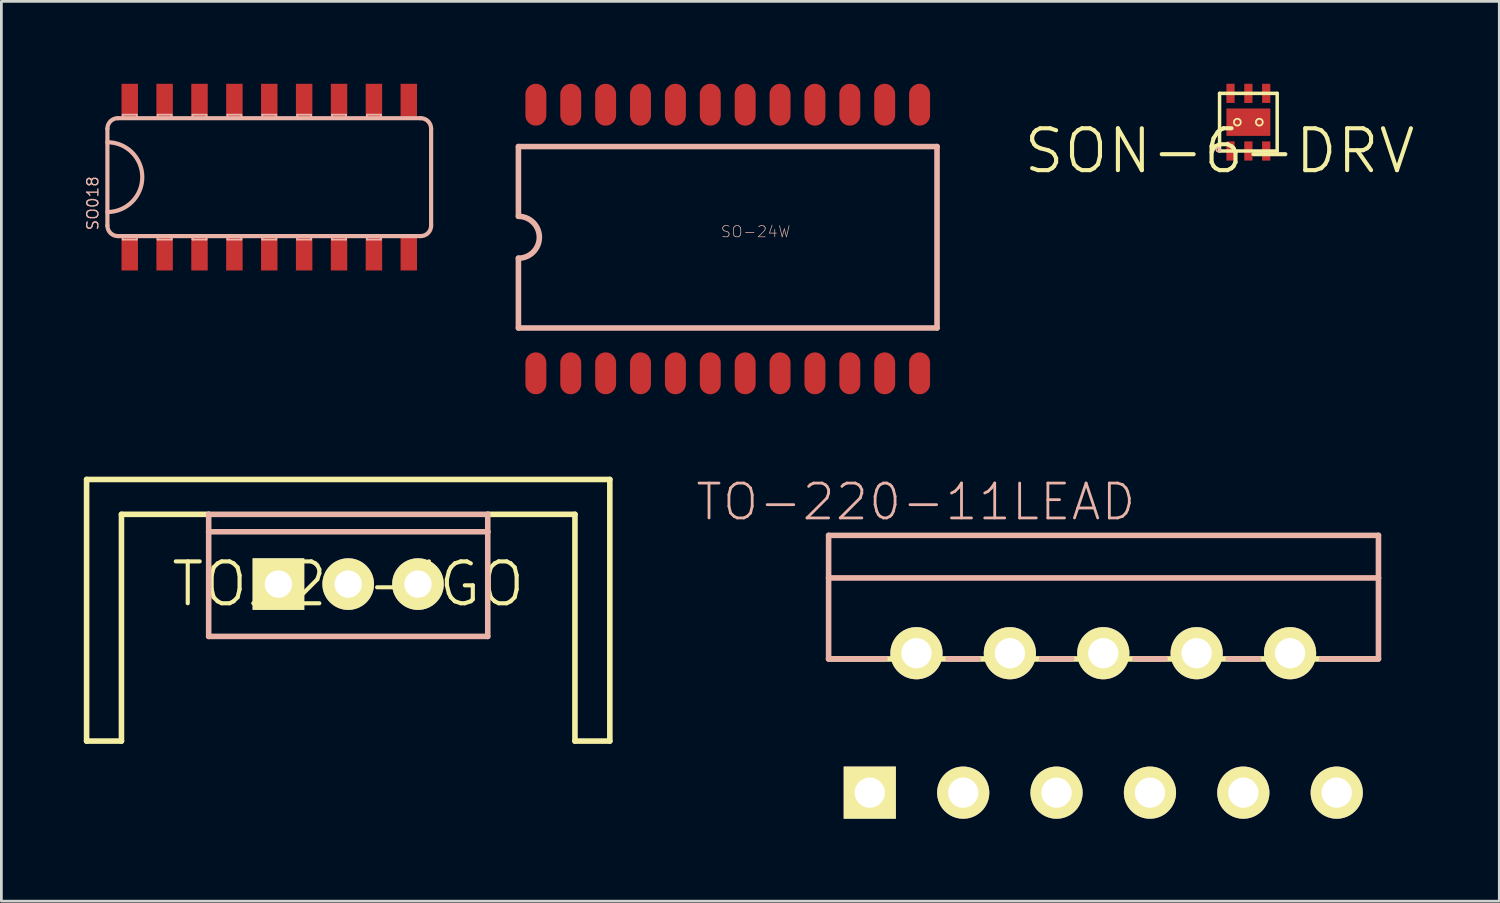
<source format=kicad_pcb>
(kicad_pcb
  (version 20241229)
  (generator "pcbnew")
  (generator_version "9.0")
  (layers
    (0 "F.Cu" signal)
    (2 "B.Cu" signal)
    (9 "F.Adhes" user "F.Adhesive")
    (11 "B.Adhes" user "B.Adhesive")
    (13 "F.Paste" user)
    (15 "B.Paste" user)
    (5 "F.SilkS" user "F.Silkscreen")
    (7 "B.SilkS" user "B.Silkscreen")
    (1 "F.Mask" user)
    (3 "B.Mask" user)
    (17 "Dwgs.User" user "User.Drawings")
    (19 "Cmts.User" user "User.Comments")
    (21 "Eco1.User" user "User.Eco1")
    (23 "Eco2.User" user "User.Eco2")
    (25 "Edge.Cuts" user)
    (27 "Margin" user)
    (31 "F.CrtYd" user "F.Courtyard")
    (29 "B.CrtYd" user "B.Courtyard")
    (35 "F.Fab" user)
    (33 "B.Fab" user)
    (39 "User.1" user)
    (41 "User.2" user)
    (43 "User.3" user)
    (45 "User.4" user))
  (footprint "SO018"
    (layer "F.Cu")
    (at 6.753 3.399)
    (property "Reference" "SO018" (at -6.426 0.953 90) (layer "B.SilkS") (effects (font (size 0.406 0.406) (thickness 0.051))))
    (attr smd)
    (fp_line (start -5.893 -1.765) (end -5.893 1.765) (stroke (width 0.152) (type solid)) (layer "B.SilkS"))
    (fp_line (start -5.512 2.146) (end 5.512 2.146) (stroke (width 0.152) (type solid)) (layer "B.SilkS"))
    (fp_line (start -5.334 -2.273) (end -4.826 -2.273) (stroke (width 0.066) (type solid)) (layer "B.SilkS"))
    (fp_line (start -5.334 -2.146) (end -5.334 -2.273) (stroke (width 0.066) (type solid)) (layer "B.SilkS"))
    (fp_line (start -5.334 -2.146) (end -4.826 -2.146) (stroke (width 0.066) (type solid)) (layer "B.SilkS"))
    (fp_line (start -5.334 2.146) (end -4.826 2.146) (stroke (width 0.066) (type solid)) (layer "B.SilkS"))
    (fp_line (start -5.334 2.273) (end -5.334 2.146) (stroke (width 0.066) (type solid)) (layer "B.SilkS"))
    (fp_line (start -5.334 2.273) (end -4.826 2.273) (stroke (width 0.066) (type solid)) (layer "B.SilkS"))
    (fp_line (start -4.826 -2.146) (end -4.826 -2.273) (stroke (width 0.066) (type solid)) (layer "B.SilkS"))
    (fp_line (start -4.826 2.273) (end -4.826 2.146) (stroke (width 0.066) (type solid)) (layer "B.SilkS"))
    (fp_line (start -4.064 -2.273) (end -3.556 -2.273) (stroke (width 0.066) (type solid)) (layer "B.SilkS"))
    (fp_line (start -4.064 -2.146) (end -4.064 -2.273) (stroke (width 0.066) (type solid)) (layer "B.SilkS"))
    (fp_line (start -4.064 -2.146) (end -3.556 -2.146) (stroke (width 0.066) (type solid)) (layer "B.SilkS"))
    (fp_line (start -4.064 2.146) (end -3.556 2.146) (stroke (width 0.066) (type solid)) (layer "B.SilkS"))
    (fp_line (start -4.064 2.273) (end -4.064 2.146) (stroke (width 0.066) (type solid)) (layer "B.SilkS"))
    (fp_line (start -4.064 2.273) (end -3.556 2.273) (stroke (width 0.066) (type solid)) (layer "B.SilkS"))
    (fp_line (start -3.556 -2.146) (end -3.556 -2.273) (stroke (width 0.066) (type solid)) (layer "B.SilkS"))
    (fp_line (start -3.556 2.273) (end -3.556 2.146) (stroke (width 0.066) (type solid)) (layer "B.SilkS"))
    (fp_line (start -2.794 -2.273) (end -2.286 -2.273) (stroke (width 0.066) (type solid)) (layer "B.SilkS"))
    (fp_line (start -2.794 -2.146) (end -2.794 -2.273) (stroke (width 0.066) (type solid)) (layer "B.SilkS"))
    (fp_line (start -2.794 -2.146) (end -2.286 -2.146) (stroke (width 0.066) (type solid)) (layer "B.SilkS"))
    (fp_line (start -2.794 2.146) (end -2.286 2.146) (stroke (width 0.066) (type solid)) (layer "B.SilkS"))
    (fp_line (start -2.794 2.273) (end -2.794 2.146) (stroke (width 0.066) (type solid)) (layer "B.SilkS"))
    (fp_line (start -2.794 2.273) (end -2.286 2.273) (stroke (width 0.066) (type solid)) (layer "B.SilkS"))
    (fp_line (start -2.286 -2.146) (end -2.286 -2.273) (stroke (width 0.066) (type solid)) (layer "B.SilkS"))
    (fp_line (start -2.286 2.273) (end -2.286 2.146) (stroke (width 0.066) (type solid)) (layer "B.SilkS"))
    (fp_line (start -1.524 -2.273) (end -1.016 -2.273) (stroke (width 0.066) (type solid)) (layer "B.SilkS"))
    (fp_line (start -1.524 -2.146) (end -1.524 -2.273) (stroke (width 0.066) (type solid)) (layer "B.SilkS"))
    (fp_line (start -1.524 -2.146) (end -1.016 -2.146) (stroke (width 0.066) (type solid)) (layer "B.SilkS"))
    (fp_line (start -1.524 2.146) (end -1.016 2.146) (stroke (width 0.066) (type solid)) (layer "B.SilkS"))
    (fp_line (start -1.524 2.273) (end -1.524 2.146) (stroke (width 0.066) (type solid)) (layer "B.SilkS"))
    (fp_line (start -1.524 2.273) (end -1.016 2.273) (stroke (width 0.066) (type solid)) (layer "B.SilkS"))
    (fp_line (start -1.016 -2.146) (end -1.016 -2.273) (stroke (width 0.066) (type solid)) (layer "B.SilkS"))
    (fp_line (start -1.016 2.273) (end -1.016 2.146) (stroke (width 0.066) (type solid)) (layer "B.SilkS"))
    (fp_line (start -0.254 -2.273) (end 0.254 -2.273) (stroke (width 0.066) (type solid)) (layer "B.SilkS"))
    (fp_line (start -0.254 -2.146) (end -0.254 -2.273) (stroke (width 0.066) (type solid)) (layer "B.SilkS"))
    (fp_line (start -0.254 -2.146) (end 0.254 -2.146) (stroke (width 0.066) (type solid)) (layer "B.SilkS"))
    (fp_line (start -0.254 2.146) (end 0.254 2.146) (stroke (width 0.066) (type solid)) (layer "B.SilkS"))
    (fp_line (start -0.254 2.273) (end -0.254 2.146) (stroke (width 0.066) (type solid)) (layer "B.SilkS"))
    (fp_line (start -0.254 2.273) (end 0.254 2.273) (stroke (width 0.066) (type solid)) (layer "B.SilkS"))
    (fp_line (start 0.254 -2.146) (end 0.254 -2.273) (stroke (width 0.066) (type solid)) (layer "B.SilkS"))
    (fp_line (start 0.254 2.273) (end 0.254 2.146) (stroke (width 0.066) (type solid)) (layer "B.SilkS"))
    (fp_line (start 1.016 -2.273) (end 1.524 -2.273) (stroke (width 0.066) (type solid)) (layer "B.SilkS"))
    (fp_line (start 1.016 -2.146) (end 1.016 -2.273) (stroke (width 0.066) (type solid)) (layer "B.SilkS"))
    (fp_line (start 1.016 -2.146) (end 1.524 -2.146) (stroke (width 0.066) (type solid)) (layer "B.SilkS"))
    (fp_line (start 1.016 2.146) (end 1.524 2.146) (stroke (width 0.066) (type solid)) (layer "B.SilkS"))
    (fp_line (start 1.016 2.273) (end 1.016 2.146) (stroke (width 0.066) (type solid)) (layer "B.SilkS"))
    (fp_line (start 1.016 2.273) (end 1.524 2.273) (stroke (width 0.066) (type solid)) (layer "B.SilkS"))
    (fp_line (start 1.524 -2.146) (end 1.524 -2.273) (stroke (width 0.066) (type solid)) (layer "B.SilkS"))
    (fp_line (start 1.524 2.273) (end 1.524 2.146) (stroke (width 0.066) (type solid)) (layer "B.SilkS"))
    (fp_line (start 2.286 -2.273) (end 2.794 -2.273) (stroke (width 0.066) (type solid)) (layer "B.SilkS"))
    (fp_line (start 2.286 -2.146) (end 2.286 -2.273) (stroke (width 0.066) (type solid)) (layer "B.SilkS"))
    (fp_line (start 2.286 -2.146) (end 2.794 -2.146) (stroke (width 0.066) (type solid)) (layer "B.SilkS"))
    (fp_line (start 2.286 2.146) (end 2.794 2.146) (stroke (width 0.066) (type solid)) (layer "B.SilkS"))
    (fp_line (start 2.286 2.273) (end 2.286 2.146) (stroke (width 0.066) (type solid)) (layer "B.SilkS"))
    (fp_line (start 2.286 2.273) (end 2.794 2.273) (stroke (width 0.066) (type solid)) (layer "B.SilkS"))
    (fp_line (start 2.794 -2.146) (end 2.794 -2.273) (stroke (width 0.066) (type solid)) (layer "B.SilkS"))
    (fp_line (start 2.794 2.273) (end 2.794 2.146) (stroke (width 0.066) (type solid)) (layer "B.SilkS"))
    (fp_line (start 3.556 -2.273) (end 4.064 -2.273) (stroke (width 0.066) (type solid)) (layer "B.SilkS"))
    (fp_line (start 3.556 -2.146) (end 3.556 -2.273) (stroke (width 0.066) (type solid)) (layer "B.SilkS"))
    (fp_line (start 3.556 -2.146) (end 4.064 -2.146) (stroke (width 0.066) (type solid)) (layer "B.SilkS"))
    (fp_line (start 3.556 2.146) (end 4.064 2.146) (stroke (width 0.066) (type solid)) (layer "B.SilkS"))
    (fp_line (start 3.556 2.273) (end 3.556 2.146) (stroke (width 0.066) (type solid)) (layer "B.SilkS"))
    (fp_line (start 3.556 2.273) (end 4.064 2.273) (stroke (width 0.066) (type solid)) (layer "B.SilkS"))
    (fp_line (start 4.064 -2.146) (end 4.064 -2.273) (stroke (width 0.066) (type solid)) (layer "B.SilkS"))
    (fp_line (start 4.064 2.273) (end 4.064 2.146) (stroke (width 0.066) (type solid)) (layer "B.SilkS"))
    (fp_line (start 5.512 -2.146) (end -5.512 -2.146) (stroke (width 0.152) (type solid)) (layer "B.SilkS"))
    (fp_line (start 5.893 1.765) (end 5.893 -1.765) (stroke (width 0.152) (type solid)) (layer "B.SilkS"))
    (fp_arc (start -5.8928 -1.7653) (mid -5.781208 -2.034708) (end -5.5118 -2.1463) (stroke (width 0.1524) (type solid)) (layer "B.SilkS"))
    (fp_arc (start -5.8928 -1.27) (mid -4.6228 0) (end -5.8928 1.27) (stroke (width 0.1524) (type solid)) (layer "B.SilkS"))
    (fp_arc (start -5.5118 2.1463) (mid -5.781208 2.034708) (end -5.8928 1.7653) (stroke (width 0.1524) (type solid)) (layer "B.SilkS"))
    (fp_arc (start 5.5118 -2.1463) (mid 5.781208 -2.034708) (end 5.8928 -1.7653) (stroke (width 0.1524) (type solid)) (layer "B.SilkS"))
    (fp_arc (start 5.8928 1.7653) (mid 5.781208 2.034708) (end 5.5118 2.1463) (stroke (width 0.1524) (type solid)) (layer "B.SilkS"))
    (pad "1" smd rect (at -5.08 2.799) (size 0.599 1.199) (layers "F.Cu" "F.Mask" "F.Paste"))
    (pad "2" smd rect (at -3.81 2.799) (size 0.599 1.199) (layers "F.Cu" "F.Mask" "F.Paste"))
    (pad "3" smd rect (at -2.54 2.799) (size 0.599 1.199) (layers "F.Cu" "F.Mask" "F.Paste"))
    (pad "4" smd rect (at -1.27 2.799) (size 0.599 1.199) (layers "F.Cu" "F.Mask" "F.Paste"))
    (pad "5" smd rect (at 0 2.799) (size 0.599 1.199) (layers "F.Cu" "F.Mask" "F.Paste"))
    (pad "6" smd rect (at 1.27 2.799) (size 0.599 1.199) (layers "F.Cu" "F.Mask" "F.Paste"))
    (pad "7" smd rect (at 2.54 2.799) (size 0.599 1.199) (layers "F.Cu" "F.Mask" "F.Paste"))
    (pad "8" smd rect (at 3.81 2.799) (size 0.599 1.199) (layers "F.Cu" "F.Mask" "F.Paste"))
    (pad "9" smd rect (at 5.08 2.799) (size 0.599 1.199) (layers "F.Cu" "F.Mask" "F.Paste"))
    (pad "10" smd rect (at 5.08 -2.799) (size 0.599 1.199) (layers "F.Cu" "F.Mask" "F.Paste"))
    (pad "11" smd rect (at 3.81 -2.799) (size 0.599 1.199) (layers "F.Cu" "F.Mask" "F.Paste"))
    (pad "12" smd rect (at 2.54 -2.799) (size 0.599 1.199) (layers "F.Cu" "F.Mask" "F.Paste"))
    (pad "13" smd rect (at 1.27 -2.799) (size 0.599 1.199) (layers "F.Cu" "F.Mask" "F.Paste"))
    (pad "14" smd rect (at 0 -2.799) (size 0.599 1.199) (layers "F.Cu" "F.Mask" "F.Paste"))
    (pad "15" smd rect (at -1.27 -2.799) (size 0.599 1.199) (layers "F.Cu" "F.Mask" "F.Paste"))
    (pad "16" smd rect (at -2.54 -2.799) (size 0.599 1.199) (layers "F.Cu" "F.Mask" "F.Paste"))
    (pad "17" smd rect (at -3.81 -2.799) (size 0.599 1.199) (layers "F.Cu" "F.Mask" "F.Paste"))
    (pad "18" smd rect (at -5.08 -2.799) (size 0.599 1.199) (layers "F.Cu" "F.Mask" "F.Paste")))
  (footprint "TO220-IGO"
    (layer "F.Cu")
    (at 9.627 18.215)
    (property "Reference" "TO220-IGO" (at 0 0 0) (layer "F.SilkS") (effects (font (size 1.524 1.524) (thickness 0.15))))
    (attr exclude_from_pos_files exclude_from_bom)
    (fp_line (start -9.525 -3.81) (end -9.525 5.715) (stroke (width 0.203) (type solid)) (layer "F.SilkS"))
    (fp_line (start -9.525 5.715) (end -8.255 5.715) (stroke (width 0.203) (type solid)) (layer "F.SilkS"))
    (fp_line (start -8.255 -2.54) (end -5.08 -2.54) (stroke (width 0.203) (type solid)) (layer "F.SilkS"))
    (fp_line (start -8.255 5.715) (end -8.255 -2.54) (stroke (width 0.203) (type solid)) (layer "F.SilkS"))
    (fp_line (start 5.08 -2.54) (end 8.255 -2.54) (stroke (width 0.203) (type solid)) (layer "F.SilkS"))
    (fp_line (start 8.255 -2.54) (end 8.255 5.715) (stroke (width 0.203) (type solid)) (layer "F.SilkS"))
    (fp_line (start 8.255 5.715) (end 9.525 5.715) (stroke (width 0.203) (type solid)) (layer "F.SilkS"))
    (fp_line (start 9.525 -3.81) (end -9.525 -3.81) (stroke (width 0.203) (type solid)) (layer "F.SilkS"))
    (fp_line (start 9.525 5.715) (end 9.525 -3.81) (stroke (width 0.203) (type solid)) (layer "F.SilkS"))
    (fp_line (start -5.08 -2.54) (end 5.08 -2.54) (stroke (width 0.203) (type solid)) (layer "B.SilkS"))
    (fp_line (start -5.08 -1.905) (end -5.08 -2.54) (stroke (width 0.203) (type solid)) (layer "B.SilkS"))
    (fp_line (start -5.08 1.905) (end -5.08 -1.905) (stroke (width 0.203) (type solid)) (layer "B.SilkS"))
    (fp_line (start 5.08 -2.54) (end 5.08 -1.905) (stroke (width 0.203) (type solid)) (layer "B.SilkS"))
    (fp_line (start 5.08 -1.905) (end -5.08 -1.905) (stroke (width 0.203) (type solid)) (layer "B.SilkS"))
    (fp_line (start 5.08 -1.905) (end 5.08 1.905) (stroke (width 0.203) (type solid)) (layer "B.SilkS"))
    (fp_line (start 5.08 1.905) (end -5.08 1.905) (stroke (width 0.203) (type solid)) (layer "B.SilkS"))
    (pad "GND" thru_hole circle (at 0 0) (size 1.88 1.88) (drill 0.998) (layers "*.Cu" "F.Mask" "F.SilkS" "F.Paste"))
    (pad "IN" thru_hole rect (at -2.54 0) (size 1.88 1.88) (drill 0.998) (layers "*.Cu" "F.Mask" "F.SilkS" "F.Paste"))
    (pad "OUT" thru_hole circle (at 2.54 0) (size 1.88 1.88) (drill 0.998) (layers "*.Cu" "F.Mask" "F.SilkS" "F.Paste")))
  (footprint "SO-24W"
    (layer "F.Cu")
    (at 23.444 5.588)
    (property "Reference" "SO-24W" (at 1.016 -0.203 0) (layer "B.SilkS") (effects (font (size 0.406 0.406) (thickness 0.025))))
    (attr smd)
    (fp_line (start -7.62 -0.762) (end -7.62 -3.302) (stroke (width 0.203) (type solid)) (layer "B.SilkS"))
    (fp_line (start -7.62 0.762) (end -7.62 3.302) (stroke (width 0.203) (type solid)) (layer "B.SilkS"))
    (fp_line (start -7.62 3.302) (end 7.62 3.302) (stroke (width 0.203) (type solid)) (layer "B.SilkS"))
    (fp_line (start 7.62 -3.302) (end -7.62 -3.302) (stroke (width 0.203) (type solid)) (layer "B.SilkS"))
    (fp_line (start 7.62 3.302) (end 7.62 -3.302) (stroke (width 0.203) (type solid)) (layer "B.SilkS"))
    (fp_arc (start -7.62 -0.762) (mid -6.858 0) (end -7.62 0.762) (stroke (width 0.2032) (type solid)) (layer "B.SilkS"))
    (pad "1" smd oval (at -6.985 4.953) (size 0.762 1.524) (layers "F.Cu" "F.Mask" "F.Paste"))
    (pad "2" smd oval (at -5.715 4.953) (size 0.762 1.524) (layers "F.Cu" "F.Mask" "F.Paste"))
    (pad "3" smd oval (at -4.445 4.953) (size 0.762 1.524) (layers "F.Cu" "F.Mask" "F.Paste"))
    (pad "4" smd oval (at -3.175 4.953) (size 0.762 1.524) (layers "F.Cu" "F.Mask" "F.Paste"))
    (pad "5" smd oval (at -1.905 4.953) (size 0.762 1.524) (layers "F.Cu" "F.Mask" "F.Paste"))
    (pad "6" smd oval (at -0.635 4.953) (size 0.762 1.524) (layers "F.Cu" "F.Mask" "F.Paste"))
    (pad "7" smd oval (at 0.635 4.953) (size 0.762 1.524) (layers "F.Cu" "F.Mask" "F.Paste"))
    (pad "8" smd oval (at 1.905 4.953) (size 0.762 1.524) (layers "F.Cu" "F.Mask" "F.Paste"))
    (pad "9" smd oval (at 3.175 4.953) (size 0.762 1.524) (layers "F.Cu" "F.Mask" "F.Paste"))
    (pad "10" smd oval (at 4.445 4.953) (size 0.762 1.524) (layers "F.Cu" "F.Mask" "F.Paste"))
    (pad "11" smd oval (at 5.715 4.953) (size 0.762 1.524) (layers "F.Cu" "F.Mask" "F.Paste"))
    (pad "12" smd oval (at 6.985 4.953) (size 0.762 1.524) (layers "F.Cu" "F.Mask" "F.Paste"))
    (pad "13" smd oval (at 6.985 -4.826) (size 0.762 1.524) (layers "F.Cu" "F.Mask" "F.Paste"))
    (pad "14" smd oval (at 5.715 -4.826) (size 0.762 1.524) (layers "F.Cu" "F.Mask" "F.Paste"))
    (pad "15" smd oval (at 4.445 -4.826) (size 0.762 1.524) (layers "F.Cu" "F.Mask" "F.Paste"))
    (pad "16" smd oval (at 3.175 -4.826) (size 0.762 1.524) (layers "F.Cu" "F.Mask" "F.Paste"))
    (pad "17" smd oval (at 1.905 -4.826) (size 0.762 1.524) (layers "F.Cu" "F.Mask" "F.Paste"))
    (pad "18" smd oval (at 0.635 -4.826) (size 0.762 1.524) (layers "F.Cu" "F.Mask" "F.Paste"))
    (pad "19" smd oval (at -0.635 -4.826) (size 0.762 1.524) (layers "F.Cu" "F.Mask" "F.Paste"))
    (pad "20" smd oval (at -1.905 -4.826) (size 0.762 1.524) (layers "F.Cu" "F.Mask" "F.Paste"))
    (pad "21" smd oval (at -3.175 -4.826) (size 0.762 1.524) (layers "F.Cu" "F.Mask" "F.Paste"))
    (pad "22" smd oval (at -4.445 -4.826) (size 0.762 1.524) (layers "F.Cu" "F.Mask" "F.Paste"))
    (pad "23" smd oval (at -5.715 -4.826) (size 0.762 1.524) (layers "F.Cu" "F.Mask" "F.Paste"))
    (pad "24" smd oval (at -6.985 -4.826) (size 0.762 1.524) (layers "F.Cu" "F.Mask" "F.Paste")))
  (footprint "SON-6-DRV"
    (layer "F.Cu")
    (at 41.35 2.447)
    (property "Reference" "SON-6-DRV" (at 0 0 0) (layer "F.SilkS") (effects (font (size 1.524 1.524) (thickness 0.15))))
    (attr smd)
    (fp_line (start 0 -2.098) (end 2.098 -2.098) (stroke (width 0.127) (type solid)) (layer "F.SilkS"))
    (fp_line (start 0 0) (end 0 -2.098) (stroke (width 0.127) (type solid)) (layer "F.SilkS"))
    (fp_line (start 2.098 -2.098) (end 2.098 0) (stroke (width 0.127) (type solid)) (layer "F.SilkS"))
    (fp_line (start 2.098 0) (end 0 0) (stroke (width 0.127) (type solid)) (layer "F.SilkS"))
    (fp_circle (center 0.648 -1.049) (end 0.737 -1.138) (stroke (width 0.064) (type solid)) (fill no) (layer "F.SilkS"))
    (fp_circle (center 1.448 -1.049) (end 1.537 -1.138) (stroke (width 0.064) (type solid)) (fill no) (layer "F.SilkS"))
    (fp_circle (center -0.048 -0.048) (end -0.097 -0.097) (stroke (width 0.064) (type solid)) (fill no) (layer "B.SilkS"))
    (pad "1" smd rect (at 0.399 0 90) (size 0.699 0.3) (layers "F.Cu" "F.Mask" "F.Paste"))
    (pad "2" smd rect (at 1.049 0 90) (size 0.699 0.3) (layers "F.Cu" "F.Mask" "F.Paste"))
    (pad "3" smd rect (at 1.699 0 90) (size 0.699 0.3) (layers "F.Cu" "F.Mask" "F.Paste"))
    (pad "4" smd rect (at 1.699 -2.098 90) (size 0.699 0.3) (layers "F.Cu" "F.Mask" "F.Paste"))
    (pad "5" smd rect (at 1.049 -2.098 90) (size 0.699 0.3) (layers "F.Cu" "F.Mask" "F.Paste"))
    (pad "6" smd rect (at 0.399 -2.098 90) (size 0.699 0.3) (layers "F.Cu" "F.Mask" "F.Paste"))
    (pad "PAD" smd rect (at 1.049 -1.049) (size 1.598 0.998) (layers "F.Cu" "F.Mask" "F.Paste")))
  (footprint "TO-220-11LEAD"
    (layer "F.Cu")
    (at 27.117 20.939)
    (property "Reference" "TO-220-11LEAD" (at 3.175 -5.715 0) (layer "B.SilkS") (effects (font (size 1.27 1.27) (thickness 0.102))))
    (attr exclude_from_pos_files exclude_from_bom)
    (fp_line (start 0 0) (end 20.018 0) (stroke (width 0.203) (type solid)) (layer "F.SilkS"))
    (fp_line (start 0 -4.498) (end 0 -2.949) (stroke (width 0.203) (type solid)) (layer "B.SilkS"))
    (fp_line (start 0 -2.949) (end 0 0) (stroke (width 0.203) (type solid)) (layer "B.SilkS"))
    (fp_line (start 0 -2.949) (end 20.018 -2.949) (stroke (width 0.203) (type solid)) (layer "B.SilkS"))
    (fp_line (start 0 0) (end 2.05 0) (stroke (width 0.203) (type solid)) (layer "B.SilkS"))
    (fp_line (start 4.348 0) (end 5.448 0) (stroke (width 0.203) (type solid)) (layer "B.SilkS"))
    (fp_line (start 7.75 0) (end 8.849 0) (stroke (width 0.203) (type solid)) (layer "B.SilkS"))
    (fp_line (start 11.148 0) (end 12.248 0) (stroke (width 0.203) (type solid)) (layer "B.SilkS"))
    (fp_line (start 14.549 0) (end 15.649 0) (stroke (width 0.203) (type solid)) (layer "B.SilkS"))
    (fp_line (start 20 0) (end 17.948 0) (stroke (width 0.203) (type solid)) (layer "B.SilkS"))
    (fp_line (start 20.018 -4.498) (end 0 -4.498) (stroke (width 0.203) (type solid)) (layer "B.SilkS"))
    (fp_line (start 20.018 -2.949) (end 20.018 -4.498) (stroke (width 0.203) (type solid)) (layer "B.SilkS"))
    (fp_line (start 20.018 0) (end 20.018 -2.949) (stroke (width 0.203) (type solid)) (layer "B.SilkS"))
    (pad "1" thru_hole rect (at 1.499 4.869) (size 1.9 1.9) (drill 1.1) (layers "*.Cu" "F.Mask" "F.SilkS" "F.Paste"))
    (pad "2" thru_hole circle (at 3.198 -0.208) (size 1.9 1.9) (drill 1.1) (layers "*.Cu" "F.Mask" "F.SilkS" "F.Paste"))
    (pad "3" thru_hole circle (at 4.9 4.869) (size 1.9 1.9) (drill 1.1) (layers "*.Cu" "F.Mask" "F.SilkS" "F.Paste"))
    (pad "4" thru_hole circle (at 6.599 -0.208) (size 1.9 1.9) (drill 1.1) (layers "*.Cu" "F.Mask" "F.SilkS" "F.Paste"))
    (pad "5" thru_hole circle (at 8.298 4.869) (size 1.9 1.9) (drill 1.1) (layers "*.Cu" "F.Mask" "F.SilkS" "F.Paste"))
    (pad "6" thru_hole circle (at 10 -0.208) (size 1.9 1.9) (drill 1.1) (layers "*.Cu" "F.Mask" "F.SilkS" "F.Paste"))
    (pad "7" thru_hole circle (at 11.699 4.869) (size 1.9 1.9) (drill 1.1) (layers "*.Cu" "F.Mask" "F.SilkS" "F.Paste"))
    (pad "8" thru_hole circle (at 13.399 -0.208) (size 1.9 1.9) (drill 1.1) (layers "*.Cu" "F.Mask" "F.SilkS" "F.Paste"))
    (pad "9" thru_hole circle (at 15.098 4.869) (size 1.9 1.9) (drill 1.1) (layers "*.Cu" "F.Mask" "F.SilkS" "F.Paste"))
    (pad "10" thru_hole circle (at 16.8 -0.208) (size 1.9 1.9) (drill 1.1) (layers "*.Cu" "F.Mask" "F.SilkS" "F.Paste"))
    (pad "11" thru_hole circle (at 18.499 4.869) (size 1.9 1.9) (drill 1.1) (layers "*.Cu" "F.Mask" "F.SilkS" "F.Paste")))
  (gr_rect
    (start -3 -3)
    (end 51.534 29.758)
    (stroke (width 0.1) (type default))
    (fill no)
    (layer "Edge.Cuts")))
</source>
